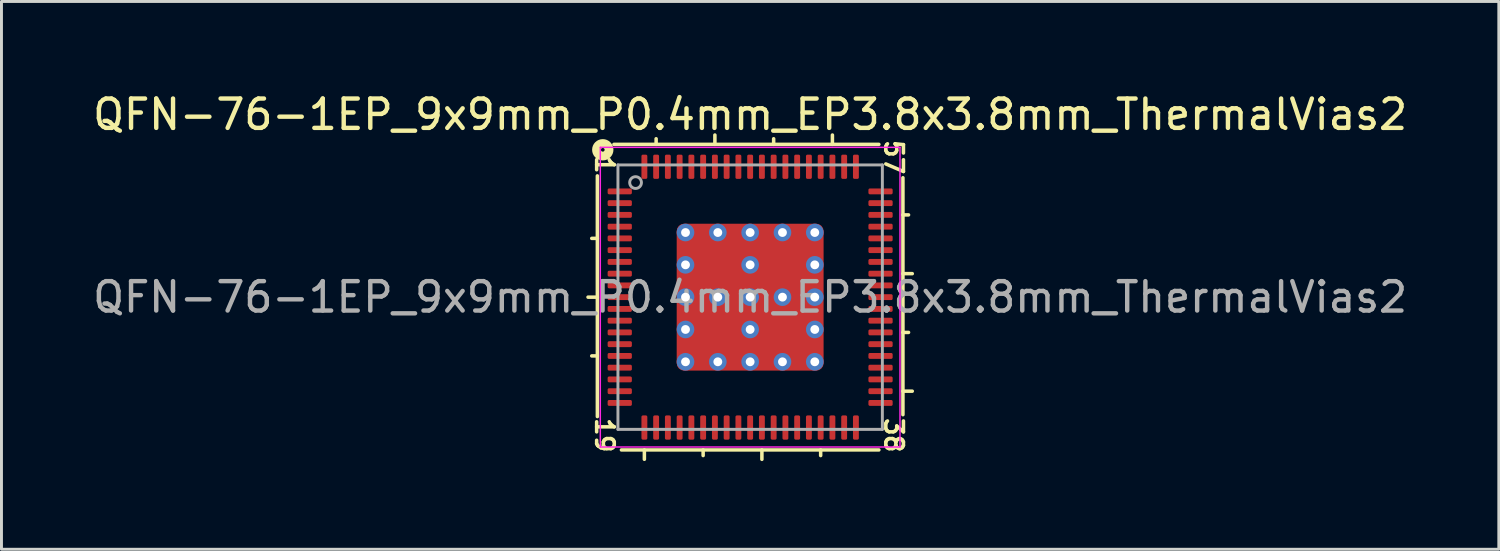
<source format=kicad_pcb>
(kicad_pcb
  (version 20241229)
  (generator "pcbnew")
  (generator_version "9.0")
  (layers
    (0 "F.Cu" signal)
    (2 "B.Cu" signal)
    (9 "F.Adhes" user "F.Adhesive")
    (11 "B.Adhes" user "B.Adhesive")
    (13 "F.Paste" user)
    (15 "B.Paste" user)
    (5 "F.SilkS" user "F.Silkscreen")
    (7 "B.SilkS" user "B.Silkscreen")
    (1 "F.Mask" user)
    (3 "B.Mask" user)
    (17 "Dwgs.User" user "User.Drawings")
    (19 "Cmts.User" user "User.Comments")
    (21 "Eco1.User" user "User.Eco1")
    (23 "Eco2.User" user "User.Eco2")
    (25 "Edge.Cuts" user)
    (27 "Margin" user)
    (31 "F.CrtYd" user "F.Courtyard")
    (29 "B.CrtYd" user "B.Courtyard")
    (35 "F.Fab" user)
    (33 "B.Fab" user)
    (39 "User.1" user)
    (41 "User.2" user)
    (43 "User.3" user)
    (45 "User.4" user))
  (footprint "QFN-76-1EP_9x9mm_P0.4mm_EP3.8x3.8mm_ThermalVias2"
    (layer "F.Cu")
    (at 22.482 7.064)
    (property "Reference" "QFN-76-1EP_9x9mm_P0.4mm_EP3.8x3.8mm_ThermalVias2" (at 0 -6.216 0) (layer "F.SilkS") (effects (font (size 1 1) (thickness 0.15))))
    (attr smd)
    (fp_line (start -5.2 -4.128) (end -5.2 4.064) (stroke (width 0.12) (type solid)) (layer "F.SilkS"))
    (fp_line (start -5.2 -2) (end -5.391 -2) (stroke (width 0.12) (type solid)) (layer "F.SilkS"))
    (fp_line (start -5.2 0) (end -5.518 0) (stroke (width 0.12) (type solid)) (layer "F.SilkS"))
    (fp_line (start -5.2 2) (end -5.391 2) (stroke (width 0.12) (type solid)) (layer "F.SilkS"))
    (fp_line (start -4.381 5.2) (end 4.381 5.2) (stroke (width 0.12) (type solid)) (layer "F.SilkS"))
    (fp_line (start -3.6 5.2) (end -3.6 5.518) (stroke (width 0.12) (type solid)) (layer "F.SilkS"))
    (fp_line (start -3.2 -5.2) (end -3.2 -5.391) (stroke (width 0.12) (type solid)) (layer "F.SilkS"))
    (fp_line (start -1.6 5.2) (end -1.6 5.391) (stroke (width 0.12) (type solid)) (layer "F.SilkS"))
    (fp_line (start -1.2 -5.2) (end -1.2 -5.518) (stroke (width 0.12) (type solid)) (layer "F.SilkS"))
    (fp_line (start 0.4 5.2) (end 0.4 5.52) (stroke (width 0.12) (type solid)) (layer "F.SilkS"))
    (fp_line (start 0.8 -5.2) (end 0.8 -5.391) (stroke (width 0.12) (type solid)) (layer "F.SilkS"))
    (fp_line (start 2.4 5.2) (end 2.4 5.391) (stroke (width 0.12) (type solid)) (layer "F.SilkS"))
    (fp_line (start 2.8 -5.2) (end 2.8 -5.518) (stroke (width 0.12) (type solid)) (layer "F.SilkS"))
    (fp_line (start 4.381 -5.2) (end -4.636 -5.2) (stroke (width 0.12) (type solid)) (layer "F.SilkS"))
    (fp_line (start 5.2 -2.8) (end 5.391 -2.8) (stroke (width 0.12) (type solid)) (layer "F.SilkS"))
    (fp_line (start 5.2 -0.8) (end 5.518 -0.8) (stroke (width 0.12) (type solid)) (layer "F.SilkS"))
    (fp_line (start 5.2 1.2) (end 5.391 1.2) (stroke (width 0.12) (type solid)) (layer "F.SilkS"))
    (fp_line (start 5.2 3.2) (end 5.518 3.2) (stroke (width 0.12) (type solid)) (layer "F.SilkS"))
    (fp_line (start 5.2 4) (end 5.2 -4.064) (stroke (width 0.12) (type solid)) (layer "F.SilkS"))
    (fp_circle (center -5.016 -5.016) (end -4.953 -5.016) (stroke (width 0.3) (type solid)) (fill no) (layer "F.SilkS"))
    (fp_line (start -5.1 -5.1) (end -5.1 5.1) (stroke (width 0.05) (type solid)) (layer "F.CrtYd"))
    (fp_line (start -5.1 5.1) (end 5.1 5.1) (stroke (width 0.05) (type solid)) (layer "F.CrtYd"))
    (fp_line (start 5.1 -5.1) (end -5.1 -5.1) (stroke (width 0.05) (type solid)) (layer "F.CrtYd"))
    (fp_line (start 5.1 5.1) (end 5.1 -5.1) (stroke (width 0.05) (type solid)) (layer "F.CrtYd"))
    (fp_line (start -4.5 -4.5) (end 4.5 -4.5) (stroke (width 0.1) (type solid)) (layer "F.Fab"))
    (fp_line (start -4.5 4.5) (end -4.5 -4.5) (stroke (width 0.1) (type solid)) (layer "F.Fab"))
    (fp_line (start 4.5 -4.5) (end 4.5 4.5) (stroke (width 0.1) (type solid)) (layer "F.Fab"))
    (fp_line (start 4.5 4.5) (end -4.5 4.5) (stroke (width 0.1) (type solid)) (layer "F.Fab"))
    (fp_circle (center -3.9 -3.9) (end -3.7 -3.9) (stroke (width 0.1) (type solid)) (fill no) (layer "F.Fab"))
    (fp_text user "57" (at 4.889 -4.763 270) (unlocked yes) (layer "F.SilkS") (effects (font (size 0.6 0.6) (thickness 0.12))))
    (fp_text user "1" (at -4.953 -4.508 270) (unlocked yes) (layer "F.SilkS") (effects (font (size 0.6 0.6) (thickness 0.12))))
    (fp_text user "38" (at 4.889 4.699 270) (unlocked yes) (layer "F.SilkS") (effects (font (size 0.6 0.6) (thickness 0.12))))
    (fp_text user "19" (at -4.953 4.699 270) (unlocked yes) (layer "F.SilkS") (effects (font (size 0.6 0.6) (thickness 0.12))))
    (fp_text user "${REFERENCE}" (at 0 0 0) (layer "F.Fab") (effects (font (size 1 1) (thickness 0.15))))
    (pad "" smd roundrect (at -1.5 -1.5) (size 0.6 0.6) (layers "F.Paste") (roundrect_rratio 0.25))
    (pad "" smd roundrect (at -1.5 -0.7) (size 0.6 0.6) (layers "F.Paste") (roundrect_rratio 0.25))
    (pad "" smd roundrect (at -1.5 0.7) (size 0.6 0.6) (layers "F.Paste") (roundrect_rratio 0.25))
    (pad "" smd roundrect (at -1.5 1.5) (size 0.6 0.6) (layers "F.Paste") (roundrect_rratio 0.25))
    (pad "" smd roundrect (at -1.1 -1.1 270) (size 1.6 1.6) (layers "F.Mask") (roundrect_rratio 0.156))
    (pad "" smd roundrect (at -1.1 1.1 270) (size 1.6 1.6) (layers "F.Mask") (roundrect_rratio 0.156))
    (pad "" smd roundrect (at -0.7 -1.5) (size 0.6 0.6) (layers "F.Paste") (roundrect_rratio 0.25))
    (pad "" smd roundrect (at -0.7 -0.7) (size 0.6 0.6) (layers "F.Paste") (roundrect_rratio 0.25))
    (pad "" smd roundrect (at -0.7 0.7) (size 0.6 0.6) (layers "F.Paste") (roundrect_rratio 0.25))
    (pad "" smd roundrect (at -0.7 1.5) (size 0.6 0.6) (layers "F.Paste") (roundrect_rratio 0.25))
    (pad "" smd roundrect (at 0.7 -1.5) (size 0.6 0.6) (layers "F.Paste") (roundrect_rratio 0.25))
    (pad "" smd roundrect (at 0.7 -0.7) (size 0.6 0.6) (layers "F.Paste") (roundrect_rratio 0.25))
    (pad "" smd roundrect (at 0.7 0.7) (size 0.6 0.6) (layers "F.Paste") (roundrect_rratio 0.25))
    (pad "" smd roundrect (at 0.7 1.5) (size 0.6 0.6) (layers "F.Paste") (roundrect_rratio 0.25))
    (pad "" smd roundrect (at 1.1 -1.1 270) (size 1.6 1.6) (layers "F.Mask") (roundrect_rratio 0.156))
    (pad "" smd roundrect (at 1.1 1.1 270) (size 1.6 1.6) (layers "F.Mask") (roundrect_rratio 0.156))
    (pad "" smd roundrect (at 1.5 -1.5) (size 0.6 0.6) (layers "F.Paste") (roundrect_rratio 0.25))
    (pad "" smd roundrect (at 1.5 -0.7) (size 0.6 0.6) (layers "F.Paste") (roundrect_rratio 0.25))
    (pad "" smd roundrect (at 1.5 0.7) (size 0.6 0.6) (layers "F.Paste") (roundrect_rratio 0.25))
    (pad "" smd roundrect (at 1.5 1.5) (size 0.6 0.6) (layers "F.Paste") (roundrect_rratio 0.25))
    (pad "1" smd roundrect (at -4.438 -3.6) (size 0.825 0.2) (layers "F.Cu" "F.Mask" "F.Paste") (roundrect_rratio 0.25))
    (pad "2" smd roundrect (at -4.438 -3.2) (size 0.825 0.2) (layers "F.Cu" "F.Mask" "F.Paste") (roundrect_rratio 0.25))
    (pad "3" smd roundrect (at -4.438 -2.8) (size 0.825 0.2) (layers "F.Cu" "F.Mask" "F.Paste") (roundrect_rratio 0.25))
    (pad "4" smd roundrect (at -4.438 -2.4) (size 0.825 0.2) (layers "F.Cu" "F.Mask" "F.Paste") (roundrect_rratio 0.25))
    (pad "5" smd roundrect (at -4.438 -2) (size 0.825 0.2) (layers "F.Cu" "F.Mask" "F.Paste") (roundrect_rratio 0.25))
    (pad "6" smd roundrect (at -4.438 -1.6) (size 0.825 0.2) (layers "F.Cu" "F.Mask" "F.Paste") (roundrect_rratio 0.25))
    (pad "7" smd roundrect (at -4.438 -1.2) (size 0.825 0.2) (layers "F.Cu" "F.Mask" "F.Paste") (roundrect_rratio 0.25))
    (pad "8" smd roundrect (at -4.438 -0.8) (size 0.825 0.2) (layers "F.Cu" "F.Mask" "F.Paste") (roundrect_rratio 0.25))
    (pad "9" smd roundrect (at -4.438 -0.4) (size 0.825 0.2) (layers "F.Cu" "F.Mask" "F.Paste") (roundrect_rratio 0.25))
    (pad "10" smd roundrect (at -4.438 0) (size 0.825 0.2) (layers "F.Cu" "F.Mask" "F.Paste") (roundrect_rratio 0.25))
    (pad "11" smd roundrect (at -4.438 0.4) (size 0.825 0.2) (layers "F.Cu" "F.Mask" "F.Paste") (roundrect_rratio 0.25))
    (pad "12" smd roundrect (at -4.438 0.8) (size 0.825 0.2) (layers "F.Cu" "F.Mask" "F.Paste") (roundrect_rratio 0.25))
    (pad "13" smd roundrect (at -4.438 1.2) (size 0.825 0.2) (layers "F.Cu" "F.Mask" "F.Paste") (roundrect_rratio 0.25))
    (pad "14" smd roundrect (at -4.438 1.6) (size 0.825 0.2) (layers "F.Cu" "F.Mask" "F.Paste") (roundrect_rratio 0.25))
    (pad "15" smd roundrect (at -4.438 2) (size 0.825 0.2) (layers "F.Cu" "F.Mask" "F.Paste") (roundrect_rratio 0.25))
    (pad "16" smd roundrect (at -4.438 2.4) (size 0.825 0.2) (layers "F.Cu" "F.Mask" "F.Paste") (roundrect_rratio 0.25))
    (pad "17" smd roundrect (at -4.438 2.8) (size 0.825 0.2) (layers "F.Cu" "F.Mask" "F.Paste") (roundrect_rratio 0.25))
    (pad "18" smd roundrect (at -4.438 3.2) (size 0.825 0.2) (layers "F.Cu" "F.Mask" "F.Paste") (roundrect_rratio 0.25))
    (pad "19" smd roundrect (at -4.438 3.6) (size 0.825 0.2) (layers "F.Cu" "F.Mask" "F.Paste") (roundrect_rratio 0.25))
    (pad "20" smd roundrect (at -3.6 4.438) (size 0.2 0.825) (layers "F.Cu" "F.Mask" "F.Paste") (roundrect_rratio 0.25))
    (pad "21" smd roundrect (at -3.2 4.438) (size 0.2 0.825) (layers "F.Cu" "F.Mask" "F.Paste") (roundrect_rratio 0.25))
    (pad "22" smd roundrect (at -2.8 4.438) (size 0.2 0.825) (layers "F.Cu" "F.Mask" "F.Paste") (roundrect_rratio 0.25))
    (pad "23" smd roundrect (at -2.4 4.438) (size 0.2 0.825) (layers "F.Cu" "F.Mask" "F.Paste") (roundrect_rratio 0.25))
    (pad "24" smd roundrect (at -2 4.438) (size 0.2 0.825) (layers "F.Cu" "F.Mask" "F.Paste") (roundrect_rratio 0.25))
    (pad "25" smd roundrect (at -1.6 4.438) (size 0.2 0.825) (layers "F.Cu" "F.Mask" "F.Paste") (roundrect_rratio 0.25))
    (pad "26" smd roundrect (at -1.2 4.438) (size 0.2 0.825) (layers "F.Cu" "F.Mask" "F.Paste") (roundrect_rratio 0.25))
    (pad "27" smd roundrect (at -0.8 4.438) (size 0.2 0.825) (layers "F.Cu" "F.Mask" "F.Paste") (roundrect_rratio 0.25))
    (pad "28" smd roundrect (at -0.4 4.438) (size 0.2 0.825) (layers "F.Cu" "F.Mask" "F.Paste") (roundrect_rratio 0.25))
    (pad "29" smd roundrect (at 0 4.438) (size 0.2 0.825) (layers "F.Cu" "F.Mask" "F.Paste") (roundrect_rratio 0.25))
    (pad "30" smd roundrect (at 0.4 4.438) (size 0.2 0.825) (layers "F.Cu" "F.Mask" "F.Paste") (roundrect_rratio 0.25))
    (pad "31" smd roundrect (at 0.8 4.438) (size 0.2 0.825) (layers "F.Cu" "F.Mask" "F.Paste") (roundrect_rratio 0.25))
    (pad "32" smd roundrect (at 1.2 4.438) (size 0.2 0.825) (layers "F.Cu" "F.Mask" "F.Paste") (roundrect_rratio 0.25))
    (pad "33" smd roundrect (at 1.6 4.438) (size 0.2 0.825) (layers "F.Cu" "F.Mask" "F.Paste") (roundrect_rratio 0.25))
    (pad "34" smd roundrect (at 2 4.438) (size 0.2 0.825) (layers "F.Cu" "F.Mask" "F.Paste") (roundrect_rratio 0.25))
    (pad "35" smd roundrect (at 2.4 4.438) (size 0.2 0.825) (layers "F.Cu" "F.Mask" "F.Paste") (roundrect_rratio 0.25))
    (pad "36" smd roundrect (at 2.8 4.438) (size 0.2 0.825) (layers "F.Cu" "F.Mask" "F.Paste") (roundrect_rratio 0.25))
    (pad "37" smd roundrect (at 3.2 4.438) (size 0.2 0.825) (layers "F.Cu" "F.Mask" "F.Paste") (roundrect_rratio 0.25))
    (pad "38" smd roundrect (at 3.6 4.438) (size 0.2 0.825) (layers "F.Cu" "F.Mask" "F.Paste") (roundrect_rratio 0.25))
    (pad "39" smd roundrect (at 4.438 3.6) (size 0.825 0.2) (layers "F.Cu" "F.Mask" "F.Paste") (roundrect_rratio 0.25))
    (pad "40" smd roundrect (at 4.438 3.2) (size 0.825 0.2) (layers "F.Cu" "F.Mask" "F.Paste") (roundrect_rratio 0.25))
    (pad "41" smd roundrect (at 4.438 2.8) (size 0.825 0.2) (layers "F.Cu" "F.Mask" "F.Paste") (roundrect_rratio 0.25))
    (pad "42" smd roundrect (at 4.438 2.4) (size 0.825 0.2) (layers "F.Cu" "F.Mask" "F.Paste") (roundrect_rratio 0.25))
    (pad "43" smd roundrect (at 4.438 2) (size 0.825 0.2) (layers "F.Cu" "F.Mask" "F.Paste") (roundrect_rratio 0.25))
    (pad "44" smd roundrect (at 4.438 1.6) (size 0.825 0.2) (layers "F.Cu" "F.Mask" "F.Paste") (roundrect_rratio 0.25))
    (pad "45" smd roundrect (at 4.438 1.2) (size 0.825 0.2) (layers "F.Cu" "F.Mask" "F.Paste") (roundrect_rratio 0.25))
    (pad "46" smd roundrect (at 4.438 0.8) (size 0.825 0.2) (layers "F.Cu" "F.Mask" "F.Paste") (roundrect_rratio 0.25))
    (pad "47" smd roundrect (at 4.438 0.4) (size 0.825 0.2) (layers "F.Cu" "F.Mask" "F.Paste") (roundrect_rratio 0.25))
    (pad "48" smd roundrect (at 4.438 0) (size 0.825 0.2) (layers "F.Cu" "F.Mask" "F.Paste") (roundrect_rratio 0.25))
    (pad "49" smd roundrect (at 4.438 -0.4) (size 0.825 0.2) (layers "F.Cu" "F.Mask" "F.Paste") (roundrect_rratio 0.25))
    (pad "50" smd roundrect (at 4.438 -0.8) (size 0.825 0.2) (layers "F.Cu" "F.Mask" "F.Paste") (roundrect_rratio 0.25))
    (pad "51" smd roundrect (at 4.438 -1.2) (size 0.825 0.2) (layers "F.Cu" "F.Mask" "F.Paste") (roundrect_rratio 0.25))
    (pad "52" smd roundrect (at 4.438 -1.6) (size 0.825 0.2) (layers "F.Cu" "F.Mask" "F.Paste") (roundrect_rratio 0.25))
    (pad "53" smd roundrect (at 4.438 -2) (size 0.825 0.2) (layers "F.Cu" "F.Mask" "F.Paste") (roundrect_rratio 0.25))
    (pad "54" smd roundrect (at 4.438 -2.4) (size 0.825 0.2) (layers "F.Cu" "F.Mask" "F.Paste") (roundrect_rratio 0.25))
    (pad "55" smd roundrect (at 4.438 -2.8) (size 0.825 0.2) (layers "F.Cu" "F.Mask" "F.Paste") (roundrect_rratio 0.25))
    (pad "56" smd roundrect (at 4.438 -3.2) (size 0.825 0.2) (layers "F.Cu" "F.Mask" "F.Paste") (roundrect_rratio 0.25))
    (pad "57" smd roundrect (at 4.438 -3.6) (size 0.825 0.2) (layers "F.Cu" "F.Mask" "F.Paste") (roundrect_rratio 0.25))
    (pad "58" smd roundrect (at 3.6 -4.438) (size 0.2 0.825) (layers "F.Cu" "F.Mask" "F.Paste") (roundrect_rratio 0.25))
    (pad "59" smd roundrect (at 3.2 -4.438) (size 0.2 0.825) (layers "F.Cu" "F.Mask" "F.Paste") (roundrect_rratio 0.25))
    (pad "60" smd roundrect (at 2.8 -4.438) (size 0.2 0.825) (layers "F.Cu" "F.Mask" "F.Paste") (roundrect_rratio 0.25))
    (pad "61" smd roundrect (at 2.4 -4.438) (size 0.2 0.825) (layers "F.Cu" "F.Mask" "F.Paste") (roundrect_rratio 0.25))
    (pad "62" smd roundrect (at 2 -4.438) (size 0.2 0.825) (layers "F.Cu" "F.Mask" "F.Paste") (roundrect_rratio 0.25))
    (pad "63" smd roundrect (at 1.6 -4.438) (size 0.2 0.825) (layers "F.Cu" "F.Mask" "F.Paste") (roundrect_rratio 0.25))
    (pad "64" smd roundrect (at 1.2 -4.438) (size 0.2 0.825) (layers "F.Cu" "F.Mask" "F.Paste") (roundrect_rratio 0.25))
    (pad "65" smd roundrect (at 0.8 -4.438) (size 0.2 0.825) (layers "F.Cu" "F.Mask" "F.Paste") (roundrect_rratio 0.25))
    (pad "66" smd roundrect (at 0.4 -4.438) (size 0.2 0.825) (layers "F.Cu" "F.Mask" "F.Paste") (roundrect_rratio 0.25))
    (pad "67" smd roundrect (at 0 -4.438) (size 0.2 0.825) (layers "F.Cu" "F.Mask" "F.Paste") (roundrect_rratio 0.25))
    (pad "68" smd roundrect (at -0.4 -4.438) (size 0.2 0.825) (layers "F.Cu" "F.Mask" "F.Paste") (roundrect_rratio 0.25))
    (pad "69" smd roundrect (at -0.8 -4.438) (size 0.2 0.825) (layers "F.Cu" "F.Mask" "F.Paste") (roundrect_rratio 0.25))
    (pad "70" smd roundrect (at -1.2 -4.438) (size 0.2 0.825) (layers "F.Cu" "F.Mask" "F.Paste") (roundrect_rratio 0.25))
    (pad "71" smd roundrect (at -1.6 -4.438) (size 0.2 0.825) (layers "F.Cu" "F.Mask" "F.Paste") (roundrect_rratio 0.25))
    (pad "72" smd roundrect (at -2 -4.438) (size 0.2 0.825) (layers "F.Cu" "F.Mask" "F.Paste") (roundrect_rratio 0.25))
    (pad "73" smd roundrect (at -2.4 -4.438) (size 0.2 0.825) (layers "F.Cu" "F.Mask" "F.Paste") (roundrect_rratio 0.25))
    (pad "74" smd roundrect (at -2.8 -4.438) (size 0.2 0.825) (layers "F.Cu" "F.Mask" "F.Paste") (roundrect_rratio 0.25))
    (pad "75" smd roundrect (at -3.2 -4.438) (size 0.2 0.825) (layers "F.Cu" "F.Mask" "F.Paste") (roundrect_rratio 0.25))
    (pad "76" smd roundrect (at -3.6 -4.438) (size 0.2 0.825) (layers "F.Cu" "F.Mask" "F.Paste") (roundrect_rratio 0.25))
    (pad "77" thru_hole circle (at -2.2 -2.2 180) (size 0.6 0.6) (drill 0.3) (property pad_prop_heatsink) (layers "*.Cu" "*.Mask"))
    (pad "77" thru_hole circle (at -2.2 -1.1 180) (size 0.6 0.6) (drill 0.3) (property pad_prop_heatsink) (layers "*.Cu" "*.Mask"))
    (pad "77" thru_hole circle (at -2.2 0 180) (size 0.6 0.6) (drill 0.3) (property pad_prop_heatsink) (layers "*.Cu" "*.Mask"))
    (pad "77" thru_hole circle (at -2.2 1.1 180) (size 0.6 0.6) (drill 0.3) (property pad_prop_heatsink) (layers "*.Cu" "*.Mask"))
    (pad "77" thru_hole circle (at -2.2 2.2 180) (size 0.6 0.6) (drill 0.3) (property pad_prop_heatsink) (layers "*.Cu" "*.Mask"))
    (pad "77" thru_hole circle (at -1.1 -2.2 180) (size 0.6 0.6) (drill 0.3) (property pad_prop_heatsink) (layers "*.Cu" "*.Mask"))
    (pad "77" thru_hole circle (at -1.1 0 180) (size 0.6 0.6) (drill 0.3) (property pad_prop_heatsink) (layers "*.Cu" "*.Mask"))
    (pad "77" thru_hole circle (at -1.1 2.2 180) (size 0.6 0.6) (drill 0.3) (property pad_prop_heatsink) (layers "*.Cu" "*.Mask"))
    (pad "77" thru_hole circle (at 0 -2.2 180) (size 0.6 0.6) (drill 0.3) (property pad_prop_heatsink) (layers "*.Cu" "*.Mask"))
    (pad "77" thru_hole circle (at 0 -1.1 180) (size 0.6 0.6) (drill 0.3) (property pad_prop_heatsink) (layers "*.Cu" "*.Mask"))
    (pad "77" thru_hole circle (at 0 0 180) (size 0.6 0.6) (drill 0.3) (property pad_prop_heatsink) (layers "*.Cu" "*.Mask"))
    (pad "77" smd roundrect (at 0 0) (size 5 5) (layers "F.Cu") (roundrect_rratio 0.05))
    (pad "77" thru_hole circle (at 0 1.1 180) (size 0.6 0.6) (drill 0.3) (property pad_prop_heatsink) (layers "*.Cu" "*.Mask"))
    (pad "77" thru_hole circle (at 0 2.2 180) (size 0.6 0.6) (drill 0.3) (property pad_prop_heatsink) (layers "*.Cu" "*.Mask"))
    (pad "77" thru_hole circle (at 1.1 -2.2 180) (size 0.6 0.6) (drill 0.3) (property pad_prop_heatsink) (layers "*.Cu" "*.Mask"))
    (pad "77" thru_hole circle (at 1.1 0 180) (size 0.6 0.6) (drill 0.3) (property pad_prop_heatsink) (layers "*.Cu" "*.Mask"))
    (pad "77" thru_hole circle (at 1.1 2.2 180) (size 0.6 0.6) (drill 0.3) (property pad_prop_heatsink) (layers "*.Cu" "*.Mask"))
    (pad "77" thru_hole circle (at 2.2 -2.2 180) (size 0.6 0.6) (drill 0.3) (property pad_prop_heatsink) (layers "*.Cu" "*.Mask"))
    (pad "77" thru_hole circle (at 2.2 -1.1 180) (size 0.6 0.6) (drill 0.3) (property pad_prop_heatsink) (layers "*.Cu" "*.Mask"))
    (pad "77" thru_hole circle (at 2.2 0 180) (size 0.6 0.6) (drill 0.3) (property pad_prop_heatsink) (layers "*.Cu" "*.Mask"))
    (pad "77" thru_hole circle (at 2.2 1.1 180) (size 0.6 0.6) (drill 0.3) (property pad_prop_heatsink) (layers "*.Cu" "*.Mask"))
    (pad "77" thru_hole circle (at 2.2 2.2 180) (size 0.6 0.6) (drill 0.3) (property pad_prop_heatsink) (layers "*.Cu" "*.Mask")))
  (gr_rect
    (start -3 -3)
    (end 47.964 15.644)
    (stroke (width 0.1) (type default))
    (fill no)
    (layer "Edge.Cuts")))
</source>
